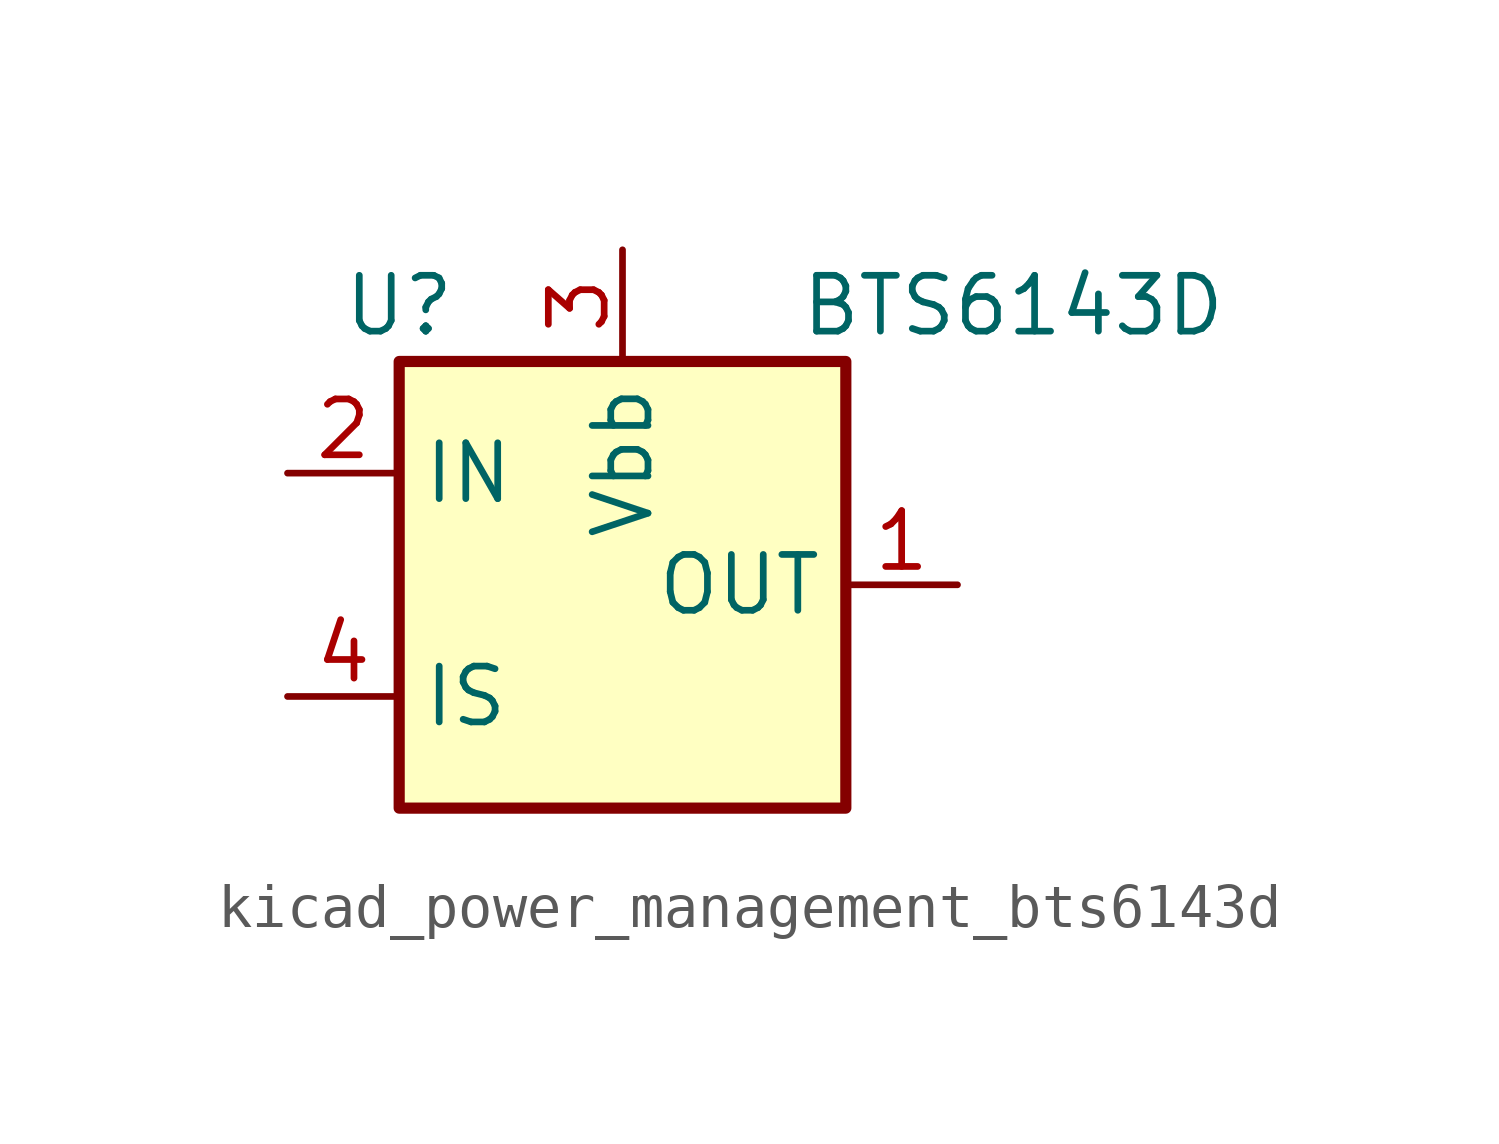
<source format=kicad_sym>
(kicad_symbol_lib
  (version 20220914)
  (generator kicad_symbol_editor)
  (symbol "kicad_power_management_bts6143d"
    (property "Reference" "U"
      (at -5.08 6.35 0)
      (effects (font (size 1.27 1.27))))
    (property "Value" "BTS6143D"
      (at 8.89 6.35 0)
      (effects (font (size 1.27 1.27))))
    (symbol "kicad_power_management_bts6143d_0_1"
      (rectangle (start -5.08 5.08) (end 5.08 -5.08) (stroke (width 0.254) (type default)) (fill (type background))))
    (symbol "kicad_power_management_bts6143d_1_1"
      (pin power_out line (at 7.62 0 180) (length 2.54) (name "OUT" (effects (font (size 1.27 1.27)))) (number "1" (effects (font (size 1.27 1.27)))))
      (pin input line (at -7.62 2.54 0) (length 2.54) (name "IN" (effects (font (size 1.27 1.27)))) (number "2" (effects (font (size 1.27 1.27)))))
      (pin power_in line (at 0 7.62 270) (length 2.54) (name "Vbb" (effects (font (size 1.27 1.27)))) (number "3" (effects (font (size 1.27 1.27)))))
      (pin output line (at -7.62 -2.54 0) (length 2.54) (name "IS" (effects (font (size 1.27 1.27)))) (number "4" (effects (font (size 1.27 1.27)))))
      (pin passive line (at 7.62 0 180) (length 2.54) hide (name "OUT" (effects (font (size 1.27 1.27)))) (number "5" (effects (font (size 1.27 1.27))))))))
</source>
